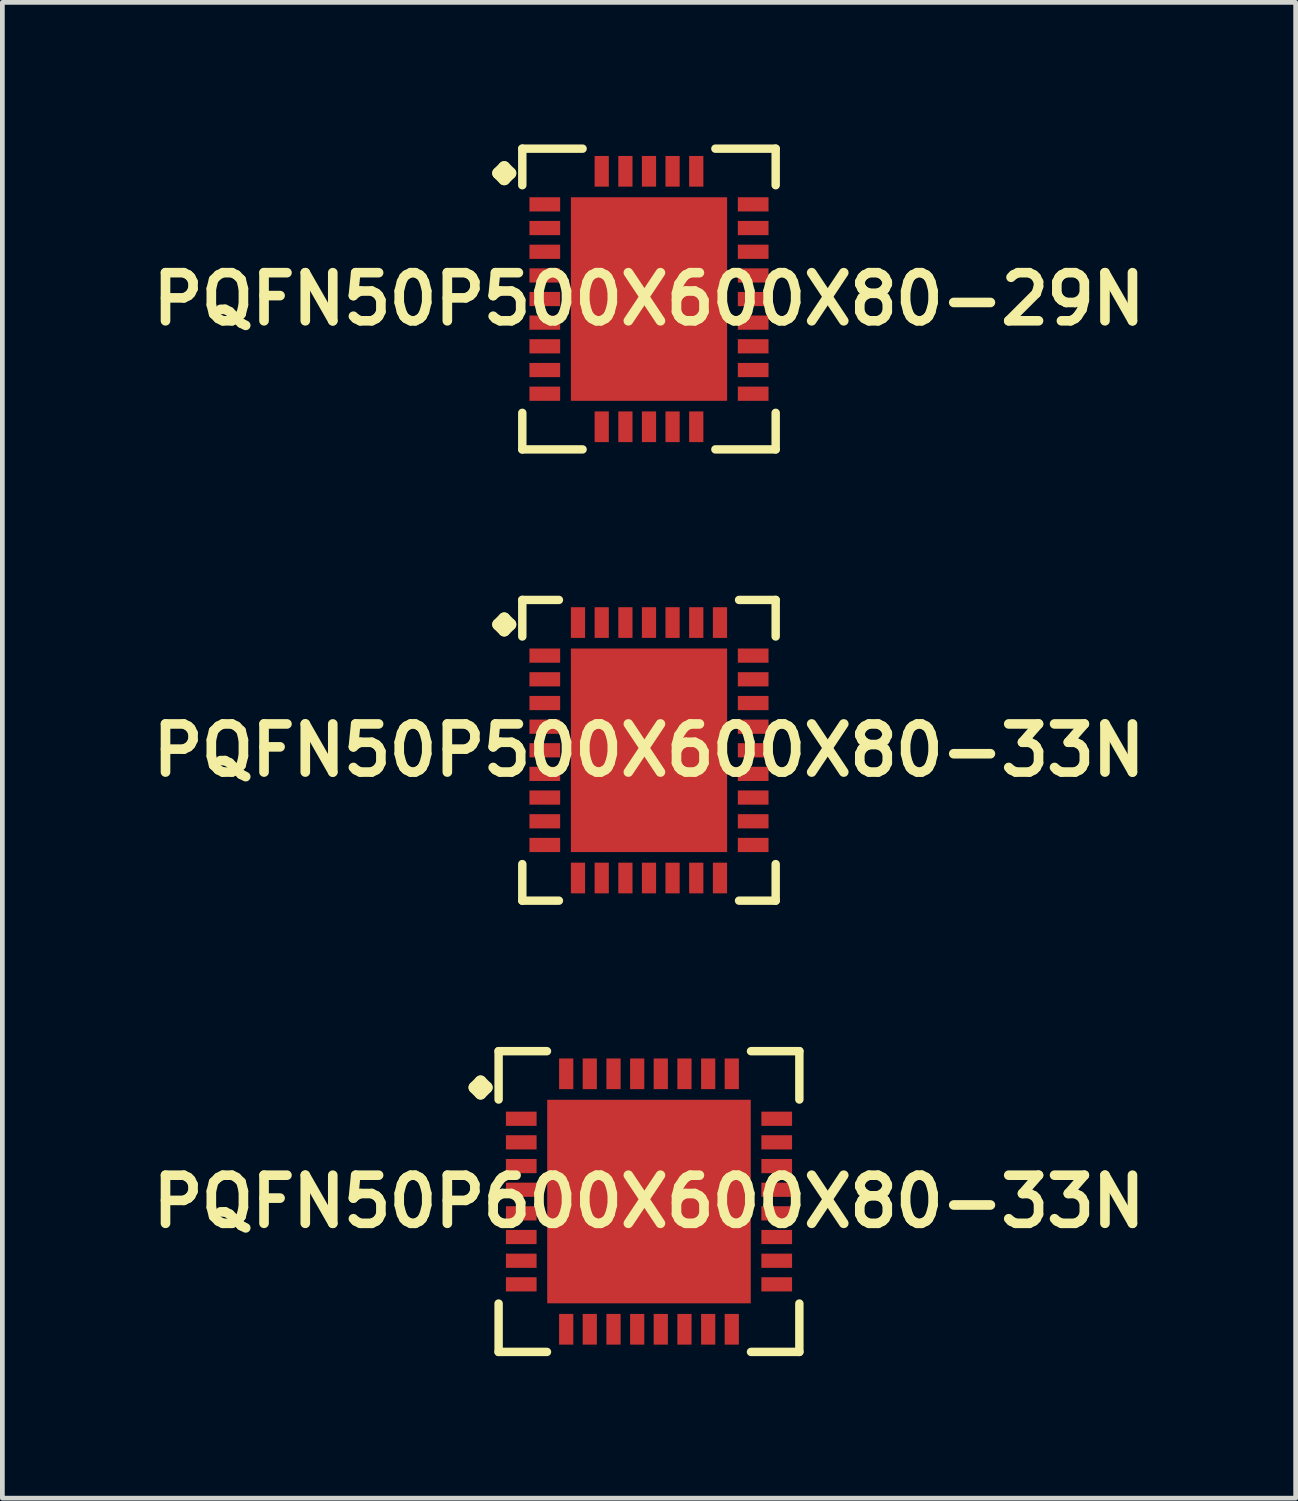
<source format=kicad_pcb>
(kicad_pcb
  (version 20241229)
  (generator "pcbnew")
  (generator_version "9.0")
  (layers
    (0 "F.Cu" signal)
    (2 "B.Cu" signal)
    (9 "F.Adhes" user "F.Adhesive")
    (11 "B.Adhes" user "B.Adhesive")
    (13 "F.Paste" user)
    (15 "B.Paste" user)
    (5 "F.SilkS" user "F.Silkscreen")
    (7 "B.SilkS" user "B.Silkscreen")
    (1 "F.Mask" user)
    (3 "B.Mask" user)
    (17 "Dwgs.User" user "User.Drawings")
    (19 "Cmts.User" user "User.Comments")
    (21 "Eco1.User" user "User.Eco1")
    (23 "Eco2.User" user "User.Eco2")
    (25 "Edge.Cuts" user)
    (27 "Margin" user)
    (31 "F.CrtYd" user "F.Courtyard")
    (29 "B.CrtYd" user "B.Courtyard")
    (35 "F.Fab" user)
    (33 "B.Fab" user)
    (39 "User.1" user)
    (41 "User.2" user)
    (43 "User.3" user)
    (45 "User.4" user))
  (footprint "PQFN50P600X600X80-33N"
    (layer "F.Cu")
    (at 10.653 22.32)
    (property "Reference" "PQFN50P600X600X80-33N" (at 0 0 0) (layer "F.SilkS") (effects (font (size 1.016 1.016) (thickness 0.203))))
    (attr smd)
    (fp_line (start -3.683 -2.408) (end -3.556 -2.535) (stroke (width 0.254) (type solid)) (layer "F.SilkS"))
    (fp_line (start -3.556 -2.535) (end -3.429 -2.408) (stroke (width 0.254) (type solid)) (layer "F.SilkS"))
    (fp_line (start -3.556 -2.281) (end -3.683 -2.408) (stroke (width 0.254) (type solid)) (layer "F.SilkS"))
    (fp_line (start -3.429 -2.408) (end -3.556 -2.281) (stroke (width 0.254) (type solid)) (layer "F.SilkS"))
    (fp_line (start -3.175 -3.175) (end -2.154 -3.175) (stroke (width 0.178) (type solid)) (layer "F.SilkS"))
    (fp_line (start -3.175 -2.154) (end -3.175 -3.175) (stroke (width 0.178) (type solid)) (layer "F.SilkS"))
    (fp_line (start -3.175 2.154) (end -3.175 3.175) (stroke (width 0.178) (type solid)) (layer "F.SilkS"))
    (fp_line (start -3.175 3.175) (end -2.154 3.175) (stroke (width 0.178) (type solid)) (layer "F.SilkS"))
    (fp_line (start 2.154 -3.175) (end 3.175 -3.175) (stroke (width 0.178) (type solid)) (layer "F.SilkS"))
    (fp_line (start 2.154 3.175) (end 3.175 3.175) (stroke (width 0.178) (type solid)) (layer "F.SilkS"))
    (fp_line (start 3.175 -3.175) (end 3.175 -2.154) (stroke (width 0.178) (type solid)) (layer "F.SilkS"))
    (fp_line (start 3.175 3.175) (end 3.175 2.154) (stroke (width 0.178) (type solid)) (layer "F.SilkS"))
    (pad "1" smd rect (at -2.697 -1.748) (size 0.648 0.3) (layers "F.Cu" "F.Mask" "F.Paste"))
    (pad "2" smd rect (at -2.697 -1.25) (size 0.648 0.3) (layers "F.Cu" "F.Mask" "F.Paste"))
    (pad "3" smd rect (at -2.697 -0.749) (size 0.648 0.3) (layers "F.Cu" "F.Mask" "F.Paste"))
    (pad "4" smd rect (at -2.697 -0.249) (size 0.648 0.3) (layers "F.Cu" "F.Mask" "F.Paste"))
    (pad "5" smd rect (at -2.697 0.249) (size 0.648 0.3) (layers "F.Cu" "F.Mask" "F.Paste"))
    (pad "6" smd rect (at -2.697 0.749) (size 0.648 0.3) (layers "F.Cu" "F.Mask" "F.Paste"))
    (pad "7" smd rect (at -2.697 1.25) (size 0.648 0.3) (layers "F.Cu" "F.Mask" "F.Paste"))
    (pad "8" smd rect (at -2.697 1.748) (size 0.648 0.3) (layers "F.Cu" "F.Mask" "F.Paste"))
    (pad "9" smd rect (at -1.748 2.697) (size 0.3 0.648) (layers "F.Cu" "F.Mask" "F.Paste"))
    (pad "10" smd rect (at -1.25 2.697) (size 0.3 0.648) (layers "F.Cu" "F.Mask" "F.Paste"))
    (pad "11" smd rect (at -0.749 2.697) (size 0.3 0.648) (layers "F.Cu" "F.Mask" "F.Paste"))
    (pad "12" smd rect (at -0.249 2.697) (size 0.3 0.648) (layers "F.Cu" "F.Mask" "F.Paste"))
    (pad "13" smd rect (at 0.249 2.697) (size 0.3 0.648) (layers "F.Cu" "F.Mask" "F.Paste"))
    (pad "14" smd rect (at 0.749 2.697) (size 0.3 0.648) (layers "F.Cu" "F.Mask" "F.Paste"))
    (pad "15" smd rect (at 1.25 2.697) (size 0.3 0.648) (layers "F.Cu" "F.Mask" "F.Paste"))
    (pad "16" smd rect (at 1.748 2.697) (size 0.3 0.648) (layers "F.Cu" "F.Mask" "F.Paste"))
    (pad "17" smd rect (at 2.697 1.748) (size 0.648 0.3) (layers "F.Cu" "F.Mask" "F.Paste"))
    (pad "18" smd rect (at 2.697 1.25) (size 0.648 0.3) (layers "F.Cu" "F.Mask" "F.Paste"))
    (pad "19" smd rect (at 2.697 0.749) (size 0.648 0.3) (layers "F.Cu" "F.Mask" "F.Paste"))
    (pad "20" smd rect (at 2.697 0.249) (size 0.648 0.3) (layers "F.Cu" "F.Mask" "F.Paste"))
    (pad "21" smd rect (at 2.697 -0.249) (size 0.648 0.3) (layers "F.Cu" "F.Mask" "F.Paste"))
    (pad "22" smd rect (at 2.697 -0.749) (size 0.648 0.3) (layers "F.Cu" "F.Mask" "F.Paste"))
    (pad "23" smd rect (at 2.697 -1.25) (size 0.648 0.3) (layers "F.Cu" "F.Mask" "F.Paste"))
    (pad "24" smd rect (at 2.697 -1.748) (size 0.648 0.3) (layers "F.Cu" "F.Mask" "F.Paste"))
    (pad "25" smd rect (at 1.748 -2.697) (size 0.3 0.648) (layers "F.Cu" "F.Mask" "F.Paste"))
    (pad "26" smd rect (at 1.25 -2.697) (size 0.3 0.648) (layers "F.Cu" "F.Mask" "F.Paste"))
    (pad "27" smd rect (at 0.749 -2.697) (size 0.3 0.648) (layers "F.Cu" "F.Mask" "F.Paste"))
    (pad "28" smd rect (at 0.249 -2.697) (size 0.3 0.648) (layers "F.Cu" "F.Mask" "F.Paste"))
    (pad "29" smd rect (at -0.249 -2.697) (size 0.3 0.648) (layers "F.Cu" "F.Mask" "F.Paste"))
    (pad "30" smd rect (at -0.749 -2.697) (size 0.3 0.648) (layers "F.Cu" "F.Mask" "F.Paste"))
    (pad "31" smd rect (at -1.25 -2.697) (size 0.3 0.648) (layers "F.Cu" "F.Mask" "F.Paste"))
    (pad "32" smd rect (at -1.748 -2.697) (size 0.3 0.648) (layers "F.Cu" "F.Mask" "F.Paste"))
    (pad "33" smd rect (at 0 0) (size 4.298 4.298) (layers "F.Cu" "F.Mask" "F.Paste")))
  (footprint "PQFN50P500X600X80-29N"
    (layer "F.Cu")
    (at 10.653 3.264)
    (property "Reference" "PQFN50P500X600X80-29N" (at 0 0 0) (layer "F.SilkS") (effects (font (size 1.016 1.016) (thickness 0.203))))
    (attr smd)
    (fp_line (start -3.183 -2.657) (end -3.056 -2.784) (stroke (width 0.254) (type solid)) (layer "F.SilkS"))
    (fp_line (start -3.056 -2.784) (end -2.929 -2.657) (stroke (width 0.254) (type solid)) (layer "F.SilkS"))
    (fp_line (start -3.056 -2.53) (end -3.183 -2.657) (stroke (width 0.254) (type solid)) (layer "F.SilkS"))
    (fp_line (start -2.929 -2.657) (end -3.056 -2.53) (stroke (width 0.254) (type solid)) (layer "F.SilkS"))
    (fp_line (start -2.675 -3.175) (end -1.402 -3.175) (stroke (width 0.178) (type solid)) (layer "F.SilkS"))
    (fp_line (start -2.675 -2.403) (end -2.675 -3.175) (stroke (width 0.178) (type solid)) (layer "F.SilkS"))
    (fp_line (start -2.675 2.403) (end -2.675 3.175) (stroke (width 0.178) (type solid)) (layer "F.SilkS"))
    (fp_line (start -2.675 3.175) (end -1.402 3.175) (stroke (width 0.178) (type solid)) (layer "F.SilkS"))
    (fp_line (start 1.402 -3.175) (end 2.675 -3.175) (stroke (width 0.178) (type solid)) (layer "F.SilkS"))
    (fp_line (start 1.402 3.175) (end 2.675 3.175) (stroke (width 0.178) (type solid)) (layer "F.SilkS"))
    (fp_line (start 2.675 -3.175) (end 2.675 -2.403) (stroke (width 0.178) (type solid)) (layer "F.SilkS"))
    (fp_line (start 2.675 3.175) (end 2.675 2.403) (stroke (width 0.178) (type solid)) (layer "F.SilkS"))
    (pad "1" smd rect (at -2.2 -1.999) (size 0.648 0.3) (layers "F.Cu" "F.Mask" "F.Paste"))
    (pad "2" smd rect (at -2.2 -1.499) (size 0.648 0.3) (layers "F.Cu" "F.Mask" "F.Paste"))
    (pad "3" smd rect (at -2.2 -0.998) (size 0.648 0.3) (layers "F.Cu" "F.Mask" "F.Paste"))
    (pad "4" smd rect (at -2.2 -0.498) (size 0.648 0.3) (layers "F.Cu" "F.Mask" "F.Paste"))
    (pad "5" smd rect (at -2.2 0) (size 0.648 0.3) (layers "F.Cu" "F.Mask" "F.Paste"))
    (pad "6" smd rect (at -2.2 0.498) (size 0.648 0.3) (layers "F.Cu" "F.Mask" "F.Paste"))
    (pad "7" smd rect (at -2.2 0.998) (size 0.648 0.3) (layers "F.Cu" "F.Mask" "F.Paste"))
    (pad "8" smd rect (at -2.2 1.499) (size 0.648 0.3) (layers "F.Cu" "F.Mask" "F.Paste"))
    (pad "9" smd rect (at -2.2 1.999) (size 0.648 0.3) (layers "F.Cu" "F.Mask" "F.Paste"))
    (pad "10" smd rect (at -0.998 2.697) (size 0.3 0.648) (layers "F.Cu" "F.Mask" "F.Paste"))
    (pad "11" smd rect (at -0.498 2.697) (size 0.3 0.648) (layers "F.Cu" "F.Mask" "F.Paste"))
    (pad "12" smd rect (at 0 2.697) (size 0.3 0.648) (layers "F.Cu" "F.Mask" "F.Paste"))
    (pad "13" smd rect (at 0.498 2.697) (size 0.3 0.648) (layers "F.Cu" "F.Mask" "F.Paste"))
    (pad "14" smd rect (at 0.998 2.697) (size 0.3 0.648) (layers "F.Cu" "F.Mask" "F.Paste"))
    (pad "15" smd rect (at 2.2 1.999) (size 0.648 0.3) (layers "F.Cu" "F.Mask" "F.Paste"))
    (pad "16" smd rect (at 2.2 1.499) (size 0.648 0.3) (layers "F.Cu" "F.Mask" "F.Paste"))
    (pad "17" smd rect (at 2.2 0.998) (size 0.648 0.3) (layers "F.Cu" "F.Mask" "F.Paste"))
    (pad "18" smd rect (at 2.2 0.498) (size 0.648 0.3) (layers "F.Cu" "F.Mask" "F.Paste"))
    (pad "19" smd rect (at 2.2 0) (size 0.648 0.3) (layers "F.Cu" "F.Mask" "F.Paste"))
    (pad "20" smd rect (at 2.2 -0.498) (size 0.648 0.3) (layers "F.Cu" "F.Mask" "F.Paste"))
    (pad "21" smd rect (at 2.2 -0.998) (size 0.648 0.3) (layers "F.Cu" "F.Mask" "F.Paste"))
    (pad "22" smd rect (at 2.2 -1.499) (size 0.648 0.3) (layers "F.Cu" "F.Mask" "F.Paste"))
    (pad "23" smd rect (at 2.2 -1.999) (size 0.648 0.3) (layers "F.Cu" "F.Mask" "F.Paste"))
    (pad "24" smd rect (at 0.998 -2.697) (size 0.3 0.648) (layers "F.Cu" "F.Mask" "F.Paste"))
    (pad "25" smd rect (at 0.498 -2.697) (size 0.3 0.648) (layers "F.Cu" "F.Mask" "F.Paste"))
    (pad "26" smd rect (at 0 -2.697) (size 0.3 0.648) (layers "F.Cu" "F.Mask" "F.Paste"))
    (pad "27" smd rect (at -0.498 -2.697) (size 0.3 0.648) (layers "F.Cu" "F.Mask" "F.Paste"))
    (pad "28" smd rect (at -0.998 -2.697) (size 0.3 0.648) (layers "F.Cu" "F.Mask" "F.Paste"))
    (pad "29" smd rect (at 0 0) (size 3.299 4.298) (layers "F.Cu" "F.Mask" "F.Paste")))
  (footprint "PQFN50P500X600X80-33N"
    (layer "F.Cu")
    (at 10.653 12.792)
    (property "Reference" "PQFN50P500X600X80-33N" (at 0 0 0) (layer "F.SilkS") (effects (font (size 1.016 1.016) (thickness 0.203))))
    (attr smd)
    (fp_line (start -3.183 -2.657) (end -3.056 -2.784) (stroke (width 0.254) (type solid)) (layer "F.SilkS"))
    (fp_line (start -3.056 -2.784) (end -2.929 -2.657) (stroke (width 0.254) (type solid)) (layer "F.SilkS"))
    (fp_line (start -3.056 -2.53) (end -3.183 -2.657) (stroke (width 0.254) (type solid)) (layer "F.SilkS"))
    (fp_line (start -2.929 -2.657) (end -3.056 -2.53) (stroke (width 0.254) (type solid)) (layer "F.SilkS"))
    (fp_line (start -2.675 -3.175) (end -1.902 -3.175) (stroke (width 0.178) (type solid)) (layer "F.SilkS"))
    (fp_line (start -2.675 -2.403) (end -2.675 -3.175) (stroke (width 0.178) (type solid)) (layer "F.SilkS"))
    (fp_line (start -2.675 2.403) (end -2.675 3.175) (stroke (width 0.178) (type solid)) (layer "F.SilkS"))
    (fp_line (start -2.675 3.175) (end -1.902 3.175) (stroke (width 0.178) (type solid)) (layer "F.SilkS"))
    (fp_line (start 1.902 -3.175) (end 2.675 -3.175) (stroke (width 0.178) (type solid)) (layer "F.SilkS"))
    (fp_line (start 1.902 3.175) (end 2.675 3.175) (stroke (width 0.178) (type solid)) (layer "F.SilkS"))
    (fp_line (start 2.675 -3.175) (end 2.675 -2.403) (stroke (width 0.178) (type solid)) (layer "F.SilkS"))
    (fp_line (start 2.675 3.175) (end 2.675 2.403) (stroke (width 0.178) (type solid)) (layer "F.SilkS"))
    (pad "1" smd rect (at -2.2 -1.999) (size 0.648 0.3) (layers "F.Cu" "F.Mask" "F.Paste"))
    (pad "2" smd rect (at -2.2 -1.499) (size 0.648 0.3) (layers "F.Cu" "F.Mask" "F.Paste"))
    (pad "3" smd rect (at -2.2 -0.998) (size 0.648 0.3) (layers "F.Cu" "F.Mask" "F.Paste"))
    (pad "4" smd rect (at -2.2 -0.498) (size 0.648 0.3) (layers "F.Cu" "F.Mask" "F.Paste"))
    (pad "5" smd rect (at -2.2 0) (size 0.648 0.3) (layers "F.Cu" "F.Mask" "F.Paste"))
    (pad "6" smd rect (at -2.2 0.498) (size 0.648 0.3) (layers "F.Cu" "F.Mask" "F.Paste"))
    (pad "7" smd rect (at -2.2 0.998) (size 0.648 0.3) (layers "F.Cu" "F.Mask" "F.Paste"))
    (pad "8" smd rect (at -2.2 1.499) (size 0.648 0.3) (layers "F.Cu" "F.Mask" "F.Paste"))
    (pad "9" smd rect (at -2.2 1.999) (size 0.648 0.3) (layers "F.Cu" "F.Mask" "F.Paste"))
    (pad "10" smd rect (at -1.499 2.697) (size 0.3 0.648) (layers "F.Cu" "F.Mask" "F.Paste"))
    (pad "11" smd rect (at -0.998 2.697) (size 0.3 0.648) (layers "F.Cu" "F.Mask" "F.Paste"))
    (pad "12" smd rect (at -0.498 2.697) (size 0.3 0.648) (layers "F.Cu" "F.Mask" "F.Paste"))
    (pad "13" smd rect (at 0 2.697) (size 0.3 0.648) (layers "F.Cu" "F.Mask" "F.Paste"))
    (pad "14" smd rect (at 0.498 2.697) (size 0.3 0.648) (layers "F.Cu" "F.Mask" "F.Paste"))
    (pad "15" smd rect (at 0.998 2.697) (size 0.3 0.648) (layers "F.Cu" "F.Mask" "F.Paste"))
    (pad "16" smd rect (at 1.499 2.697) (size 0.3 0.648) (layers "F.Cu" "F.Mask" "F.Paste"))
    (pad "17" smd rect (at 2.2 1.999) (size 0.648 0.3) (layers "F.Cu" "F.Mask" "F.Paste"))
    (pad "18" smd rect (at 2.2 1.499) (size 0.648 0.3) (layers "F.Cu" "F.Mask" "F.Paste"))
    (pad "19" smd rect (at 2.2 0.998) (size 0.648 0.3) (layers "F.Cu" "F.Mask" "F.Paste"))
    (pad "20" smd rect (at 2.2 0.498) (size 0.648 0.3) (layers "F.Cu" "F.Mask" "F.Paste"))
    (pad "21" smd rect (at 2.2 0) (size 0.648 0.3) (layers "F.Cu" "F.Mask" "F.Paste"))
    (pad "22" smd rect (at 2.2 -0.498) (size 0.648 0.3) (layers "F.Cu" "F.Mask" "F.Paste"))
    (pad "23" smd rect (at 2.2 -0.998) (size 0.648 0.3) (layers "F.Cu" "F.Mask" "F.Paste"))
    (pad "24" smd rect (at 2.2 -1.499) (size 0.648 0.3) (layers "F.Cu" "F.Mask" "F.Paste"))
    (pad "25" smd rect (at 2.2 -1.999) (size 0.648 0.3) (layers "F.Cu" "F.Mask" "F.Paste"))
    (pad "26" smd rect (at 1.499 -2.697) (size 0.3 0.648) (layers "F.Cu" "F.Mask" "F.Paste"))
    (pad "27" smd rect (at 0.998 -2.697) (size 0.3 0.648) (layers "F.Cu" "F.Mask" "F.Paste"))
    (pad "28" smd rect (at 0.498 -2.697) (size 0.3 0.648) (layers "F.Cu" "F.Mask" "F.Paste"))
    (pad "29" smd rect (at 0 -2.697) (size 0.3 0.648) (layers "F.Cu" "F.Mask" "F.Paste"))
    (pad "30" smd rect (at -0.498 -2.697) (size 0.3 0.648) (layers "F.Cu" "F.Mask" "F.Paste"))
    (pad "31" smd rect (at -0.998 -2.697) (size 0.3 0.648) (layers "F.Cu" "F.Mask" "F.Paste"))
    (pad "32" smd rect (at -1.499 -2.697) (size 0.3 0.648) (layers "F.Cu" "F.Mask" "F.Paste"))
    (pad "33" smd rect (at 0 0) (size 3.299 4.298) (layers "F.Cu" "F.Mask" "F.Paste")))
  (gr_rect
    (start -3 -3)
    (end 24.307 28.583)
    (stroke (width 0.1) (type default))
    (fill no)
    (layer "Edge.Cuts")))
</source>
